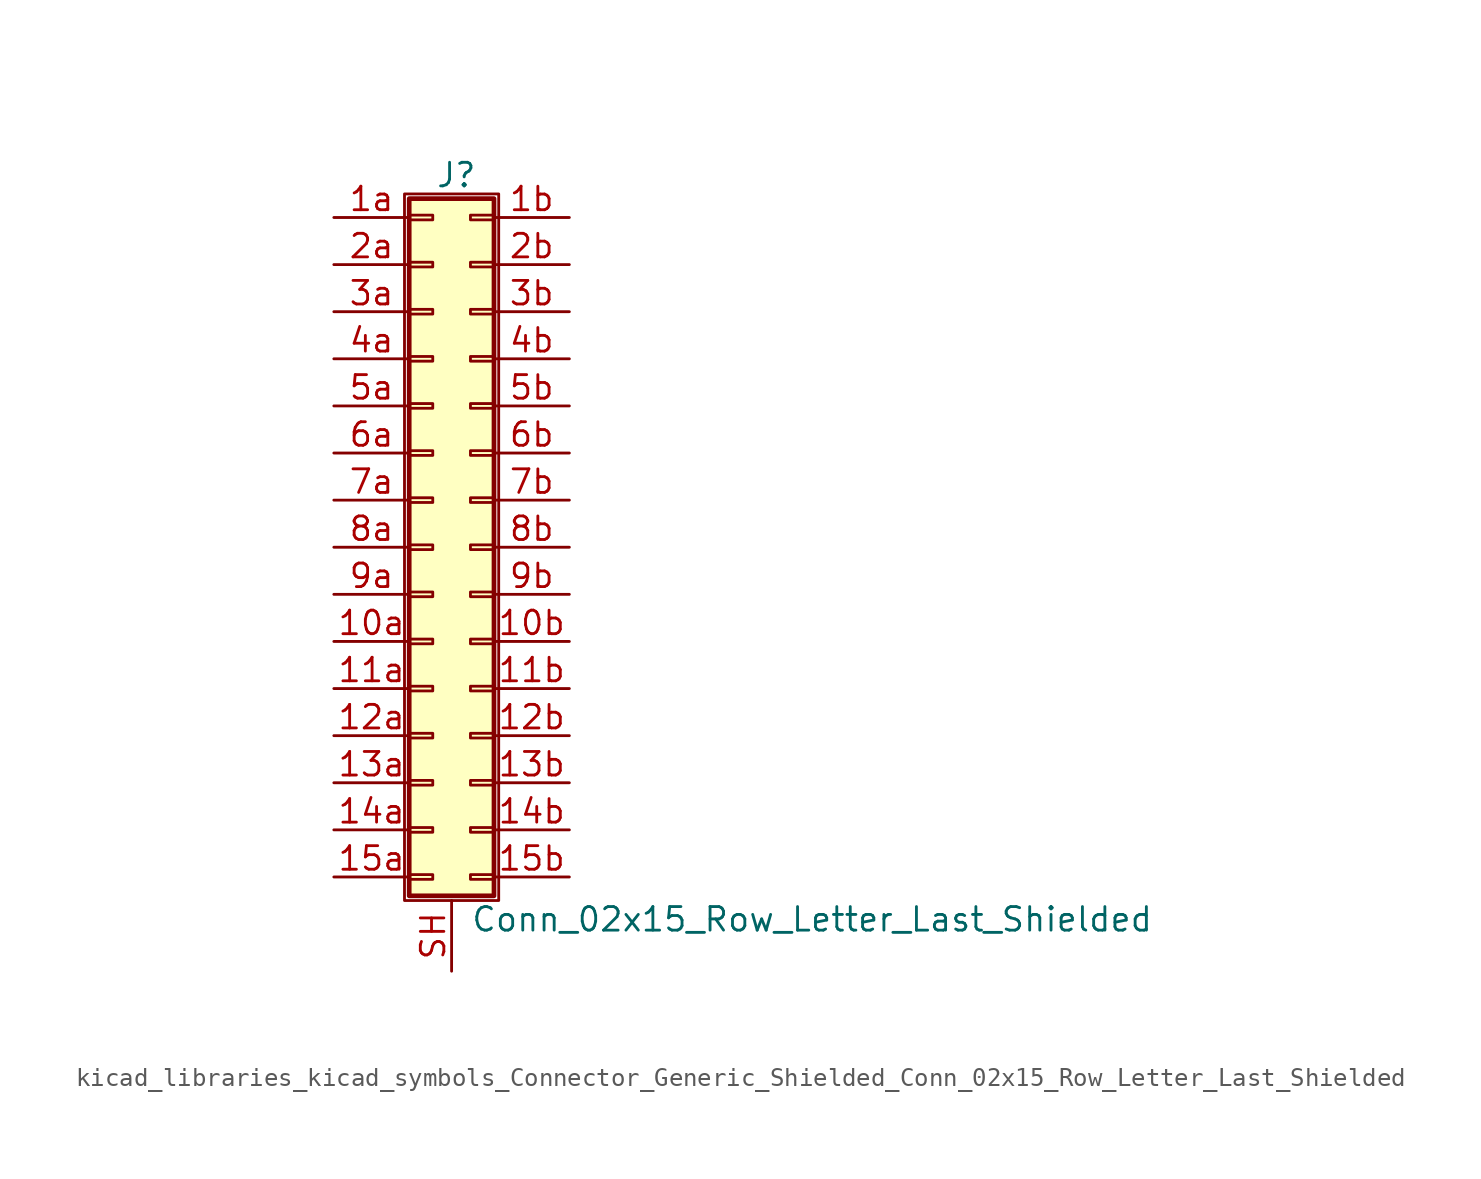
<source format=kicad_sym>
(kicad_symbol_lib
  (version 20220914)
  (generator kicad_symbol_editor)
  (symbol "kicad_libraries_kicad_symbols_Connector_Generic_Shielded_Conn_02x15_Row_Letter_Last_Shielded"
    (pin_names
      (offset 1.016) hide)
    (property "Reference" "J"
      (at 1.524 20.066 0)
      (effects (font (size 1.27 1.27))))
    (property "Value" "Conn_02x15_Row_Letter_Last_Shielded"
      (at 2.286 -20.066 0)
      (effects (font (size 1.27 1.27)) (justify left)))
    (symbol "kicad_libraries_kicad_symbols_Connector_Generic_Shielded_Conn_02x15_Row_Letter_Last_Shielded_1_1"
      (rectangle (start -1.27 19.05) (end 3.81 -19.05) (stroke (width 0.152) (type default)) (fill (type none)))
      (rectangle (start -1.016 -17.653) (end 0.254 -17.907) (stroke (width 0.152) (type default)) (fill (type none)))
      (rectangle (start -1.016 -15.113) (end 0.254 -15.367) (stroke (width 0.152) (type default)) (fill (type none)))
      (rectangle (start -1.016 -12.573) (end 0.254 -12.827) (stroke (width 0.152) (type default)) (fill (type none)))
      (rectangle (start -1.016 -10.033) (end 0.254 -10.287) (stroke (width 0.152) (type default)) (fill (type none)))
      (rectangle (start -1.016 -7.493) (end 0.254 -7.747) (stroke (width 0.152) (type default)) (fill (type none)))
      (rectangle (start -1.016 -4.953) (end 0.254 -5.207) (stroke (width 0.152) (type default)) (fill (type none)))
      (rectangle (start -1.016 -2.413) (end 0.254 -2.667) (stroke (width 0.152) (type default)) (fill (type none)))
      (rectangle (start -1.016 0.127) (end 0.254 -0.127) (stroke (width 0.152) (type default)) (fill (type none)))
      (rectangle (start -1.016 2.667) (end 0.254 2.413) (stroke (width 0.152) (type default)) (fill (type none)))
      (rectangle (start -1.016 5.207) (end 0.254 4.953) (stroke (width 0.152) (type default)) (fill (type none)))
      (rectangle (start -1.016 7.747) (end 0.254 7.493) (stroke (width 0.152) (type default)) (fill (type none)))
      (rectangle (start -1.016 10.287) (end 0.254 10.033) (stroke (width 0.152) (type default)) (fill (type none)))
      (rectangle (start -1.016 12.827) (end 0.254 12.573) (stroke (width 0.152) (type default)) (fill (type none)))
      (rectangle (start -1.016 15.367) (end 0.254 15.113) (stroke (width 0.152) (type default)) (fill (type none)))
      (rectangle (start -1.016 17.907) (end 0.254 17.653) (stroke (width 0.152) (type default)) (fill (type none)))
      (rectangle (start -1.016 18.796) (end 3.556 -18.796) (stroke (width 0.254) (type default)) (fill (type background)))
      (rectangle (start 3.556 -17.653) (end 2.286 -17.907) (stroke (width 0.152) (type default)) (fill (type none)))
      (rectangle (start 3.556 -15.113) (end 2.286 -15.367) (stroke (width 0.152) (type default)) (fill (type none)))
      (rectangle (start 3.556 -12.573) (end 2.286 -12.827) (stroke (width 0.152) (type default)) (fill (type none)))
      (rectangle (start 3.556 -10.033) (end 2.286 -10.287) (stroke (width 0.152) (type default)) (fill (type none)))
      (rectangle (start 3.556 -7.493) (end 2.286 -7.747) (stroke (width 0.152) (type default)) (fill (type none)))
      (rectangle (start 3.556 -4.953) (end 2.286 -5.207) (stroke (width 0.152) (type default)) (fill (type none)))
      (rectangle (start 3.556 -2.413) (end 2.286 -2.667) (stroke (width 0.152) (type default)) (fill (type none)))
      (rectangle (start 3.556 0.127) (end 2.286 -0.127) (stroke (width 0.152) (type default)) (fill (type none)))
      (rectangle (start 3.556 2.667) (end 2.286 2.413) (stroke (width 0.152) (type default)) (fill (type none)))
      (rectangle (start 3.556 5.207) (end 2.286 4.953) (stroke (width 0.152) (type default)) (fill (type none)))
      (rectangle (start 3.556 7.747) (end 2.286 7.493) (stroke (width 0.152) (type default)) (fill (type none)))
      (rectangle (start 3.556 10.287) (end 2.286 10.033) (stroke (width 0.152) (type default)) (fill (type none)))
      (rectangle (start 3.556 12.827) (end 2.286 12.573) (stroke (width 0.152) (type default)) (fill (type none)))
      (rectangle (start 3.556 15.367) (end 2.286 15.113) (stroke (width 0.152) (type default)) (fill (type none)))
      (rectangle (start 3.556 17.907) (end 2.286 17.653) (stroke (width 0.152) (type default)) (fill (type none)))
      (pin passive line (at -5.08 -5.08 0) (length 4.064) (name "Pin_10a" (effects (font (size 1.27 1.27)))) (number "10a" (effects (font (size 1.27 1.27)))))
      (pin passive line (at 7.62 -5.08 180) (length 4.064) (name "Pin_10b" (effects (font (size 1.27 1.27)))) (number "10b" (effects (font (size 1.27 1.27)))))
      (pin passive line (at -5.08 -7.62 0) (length 4.064) (name "Pin_11a" (effects (font (size 1.27 1.27)))) (number "11a" (effects (font (size 1.27 1.27)))))
      (pin passive line (at 7.62 -7.62 180) (length 4.064) (name "Pin_11b" (effects (font (size 1.27 1.27)))) (number "11b" (effects (font (size 1.27 1.27)))))
      (pin passive line (at -5.08 -10.16 0) (length 4.064) (name "Pin_12a" (effects (font (size 1.27 1.27)))) (number "12a" (effects (font (size 1.27 1.27)))))
      (pin passive line (at 7.62 -10.16 180) (length 4.064) (name "Pin_12b" (effects (font (size 1.27 1.27)))) (number "12b" (effects (font (size 1.27 1.27)))))
      (pin passive line (at -5.08 -12.7 0) (length 4.064) (name "Pin_13a" (effects (font (size 1.27 1.27)))) (number "13a" (effects (font (size 1.27 1.27)))))
      (pin passive line (at 7.62 -12.7 180) (length 4.064) (name "Pin_13b" (effects (font (size 1.27 1.27)))) (number "13b" (effects (font (size 1.27 1.27)))))
      (pin passive line (at -5.08 -15.24 0) (length 4.064) (name "Pin_14a" (effects (font (size 1.27 1.27)))) (number "14a" (effects (font (size 1.27 1.27)))))
      (pin passive line (at 7.62 -15.24 180) (length 4.064) (name "Pin_14b" (effects (font (size 1.27 1.27)))) (number "14b" (effects (font (size 1.27 1.27)))))
      (pin passive line (at -5.08 -17.78 0) (length 4.064) (name "Pin_15a" (effects (font (size 1.27 1.27)))) (number "15a" (effects (font (size 1.27 1.27)))))
      (pin passive line (at 7.62 -17.78 180) (length 4.064) (name "Pin_15b" (effects (font (size 1.27 1.27)))) (number "15b" (effects (font (size 1.27 1.27)))))
      (pin passive line (at -5.08 17.78 0) (length 4.064) (name "Pin_1a" (effects (font (size 1.27 1.27)))) (number "1a" (effects (font (size 1.27 1.27)))))
      (pin passive line (at 7.62 17.78 180) (length 4.064) (name "Pin_1b" (effects (font (size 1.27 1.27)))) (number "1b" (effects (font (size 1.27 1.27)))))
      (pin passive line (at -5.08 15.24 0) (length 4.064) (name "Pin_2a" (effects (font (size 1.27 1.27)))) (number "2a" (effects (font (size 1.27 1.27)))))
      (pin passive line (at 7.62 15.24 180) (length 4.064) (name "Pin_2b" (effects (font (size 1.27 1.27)))) (number "2b" (effects (font (size 1.27 1.27)))))
      (pin passive line (at -5.08 12.7 0) (length 4.064) (name "Pin_3a" (effects (font (size 1.27 1.27)))) (number "3a" (effects (font (size 1.27 1.27)))))
      (pin passive line (at 7.62 12.7 180) (length 4.064) (name "Pin_3b" (effects (font (size 1.27 1.27)))) (number "3b" (effects (font (size 1.27 1.27)))))
      (pin passive line (at -5.08 10.16 0) (length 4.064) (name "Pin_4a" (effects (font (size 1.27 1.27)))) (number "4a" (effects (font (size 1.27 1.27)))))
      (pin passive line (at 7.62 10.16 180) (length 4.064) (name "Pin_4b" (effects (font (size 1.27 1.27)))) (number "4b" (effects (font (size 1.27 1.27)))))
      (pin passive line (at -5.08 7.62 0) (length 4.064) (name "Pin_5a" (effects (font (size 1.27 1.27)))) (number "5a" (effects (font (size 1.27 1.27)))))
      (pin passive line (at 7.62 7.62 180) (length 4.064) (name "Pin_5b" (effects (font (size 1.27 1.27)))) (number "5b" (effects (font (size 1.27 1.27)))))
      (pin passive line (at -5.08 5.08 0) (length 4.064) (name "Pin_6a" (effects (font (size 1.27 1.27)))) (number "6a" (effects (font (size 1.27 1.27)))))
      (pin passive line (at 7.62 5.08 180) (length 4.064) (name "Pin_6b" (effects (font (size 1.27 1.27)))) (number "6b" (effects (font (size 1.27 1.27)))))
      (pin passive line (at -5.08 2.54 0) (length 4.064) (name "Pin_7a" (effects (font (size 1.27 1.27)))) (number "7a" (effects (font (size 1.27 1.27)))))
      (pin passive line (at 7.62 2.54 180) (length 4.064) (name "Pin_7b" (effects (font (size 1.27 1.27)))) (number "7b" (effects (font (size 1.27 1.27)))))
      (pin passive line (at -5.08 0 0) (length 4.064) (name "Pin_8a" (effects (font (size 1.27 1.27)))) (number "8a" (effects (font (size 1.27 1.27)))))
      (pin passive line (at 7.62 0 180) (length 4.064) (name "Pin_8b" (effects (font (size 1.27 1.27)))) (number "8b" (effects (font (size 1.27 1.27)))))
      (pin passive line (at -5.08 -2.54 0) (length 4.064) (name "Pin_9a" (effects (font (size 1.27 1.27)))) (number "9a" (effects (font (size 1.27 1.27)))))
      (pin passive line (at 7.62 -2.54 180) (length 4.064) (name "Pin_9b" (effects (font (size 1.27 1.27)))) (number "9b" (effects (font (size 1.27 1.27)))))
      (pin passive line (at 1.27 -22.86 90) (length 3.81) (name "Shield" (effects (font (size 1.27 1.27)))) (number "SH" (effects (font (size 1.27 1.27))))))))
</source>
